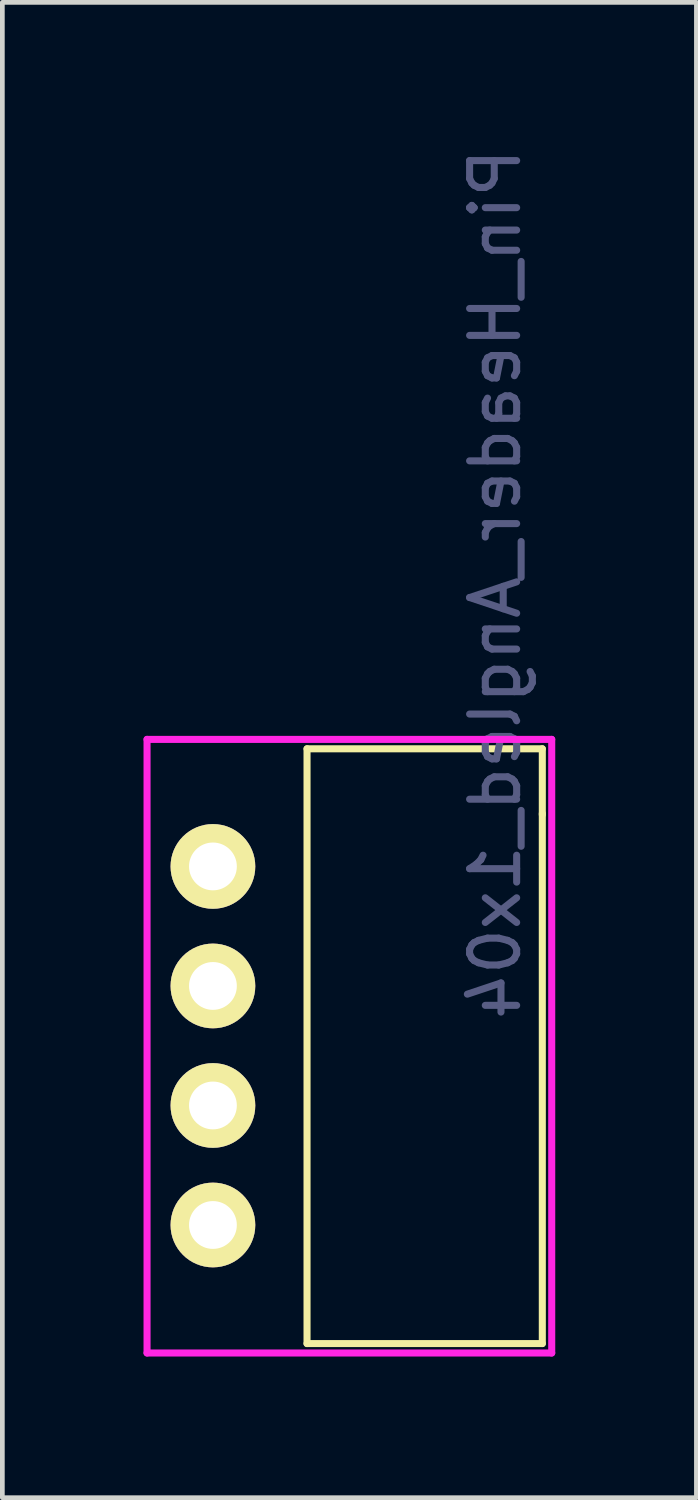
<source format=kicad_pcb>
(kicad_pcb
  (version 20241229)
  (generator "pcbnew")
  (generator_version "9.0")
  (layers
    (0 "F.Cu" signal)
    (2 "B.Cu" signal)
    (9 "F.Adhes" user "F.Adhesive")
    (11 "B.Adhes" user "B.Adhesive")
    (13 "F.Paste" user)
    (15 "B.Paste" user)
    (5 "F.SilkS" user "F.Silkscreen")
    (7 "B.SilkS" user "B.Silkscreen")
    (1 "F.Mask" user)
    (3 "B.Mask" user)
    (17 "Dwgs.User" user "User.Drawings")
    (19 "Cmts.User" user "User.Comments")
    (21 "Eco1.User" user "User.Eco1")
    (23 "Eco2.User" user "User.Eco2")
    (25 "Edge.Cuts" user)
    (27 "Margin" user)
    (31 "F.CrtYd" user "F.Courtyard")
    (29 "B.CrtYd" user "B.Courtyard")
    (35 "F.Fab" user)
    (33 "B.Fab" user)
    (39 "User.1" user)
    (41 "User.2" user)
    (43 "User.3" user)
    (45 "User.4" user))
  (footprint "Pin_Header_Angled_1x04"
    (layer "F.Cu")
    (at 1.475 15.363)
    (property "Reference" "Pin_Header_Angled_1x04" (at 6 -6 270) (layer "B.Fab") (effects (font (size 1 1) (thickness 0.15)) (justify mirror)))
    (attr through_hole)
    (fp_line (start 2 -2.5) (end 2 10.14) (stroke (width 0.15) (type solid)) (layer "F.SilkS"))
    (fp_line (start 2 -2.5) (end 7 -2.5) (stroke (width 0.15) (type solid)) (layer "F.SilkS"))
    (fp_line (start 2 10.14) (end 7 10.14) (stroke (width 0.15) (type solid)) (layer "F.SilkS"))
    (fp_line (start 7 -1.125) (end 7 10.14) (stroke (width 0.15) (type solid)) (layer "F.SilkS"))
    (fp_line (start 7 -1.1) (end 7 -2.5) (stroke (width 0.15) (type solid)) (layer "F.SilkS"))
    (fp_line (start -1.4 -2.7) (end 7.2 -2.7) (stroke (width 0.15) (type solid)) (layer "F.CrtYd"))
    (fp_line (start -1.4 10.34) (end -1.4 -2.7) (stroke (width 0.15) (type solid)) (layer "F.CrtYd"))
    (fp_line (start 7.2 -2.7) (end 7.2 10.34) (stroke (width 0.15) (type solid)) (layer "F.CrtYd"))
    (fp_line (start 7.2 10.34) (end -1.4 10.34) (stroke (width 0.15) (type solid)) (layer "F.CrtYd"))
    (pad "1" thru_hole circle (at 0 0) (size 1.8 1.8) (drill 1.016) (layers "*.Cu" "*.Mask" "F.SilkS"))
    (pad "2" thru_hole circle (at 0 2.54) (size 1.8 1.8) (drill 1.016) (layers "*.Cu" "*.Mask" "F.SilkS"))
    (pad "3" thru_hole circle (at 0 5.08) (size 1.8 1.8) (drill 1.016) (layers "*.Cu" "*.Mask" "F.SilkS"))
    (pad "4" thru_hole circle (at 0 7.62) (size 1.8 1.8) (drill 1.016) (layers "*.Cu" "*.Mask" "F.SilkS")))
  (gr_rect
    (start -3 -3)
    (end 11.75 28.778)
    (stroke (width 0.1) (type default))
    (fill no)
    (layer "Edge.Cuts")))
</source>
